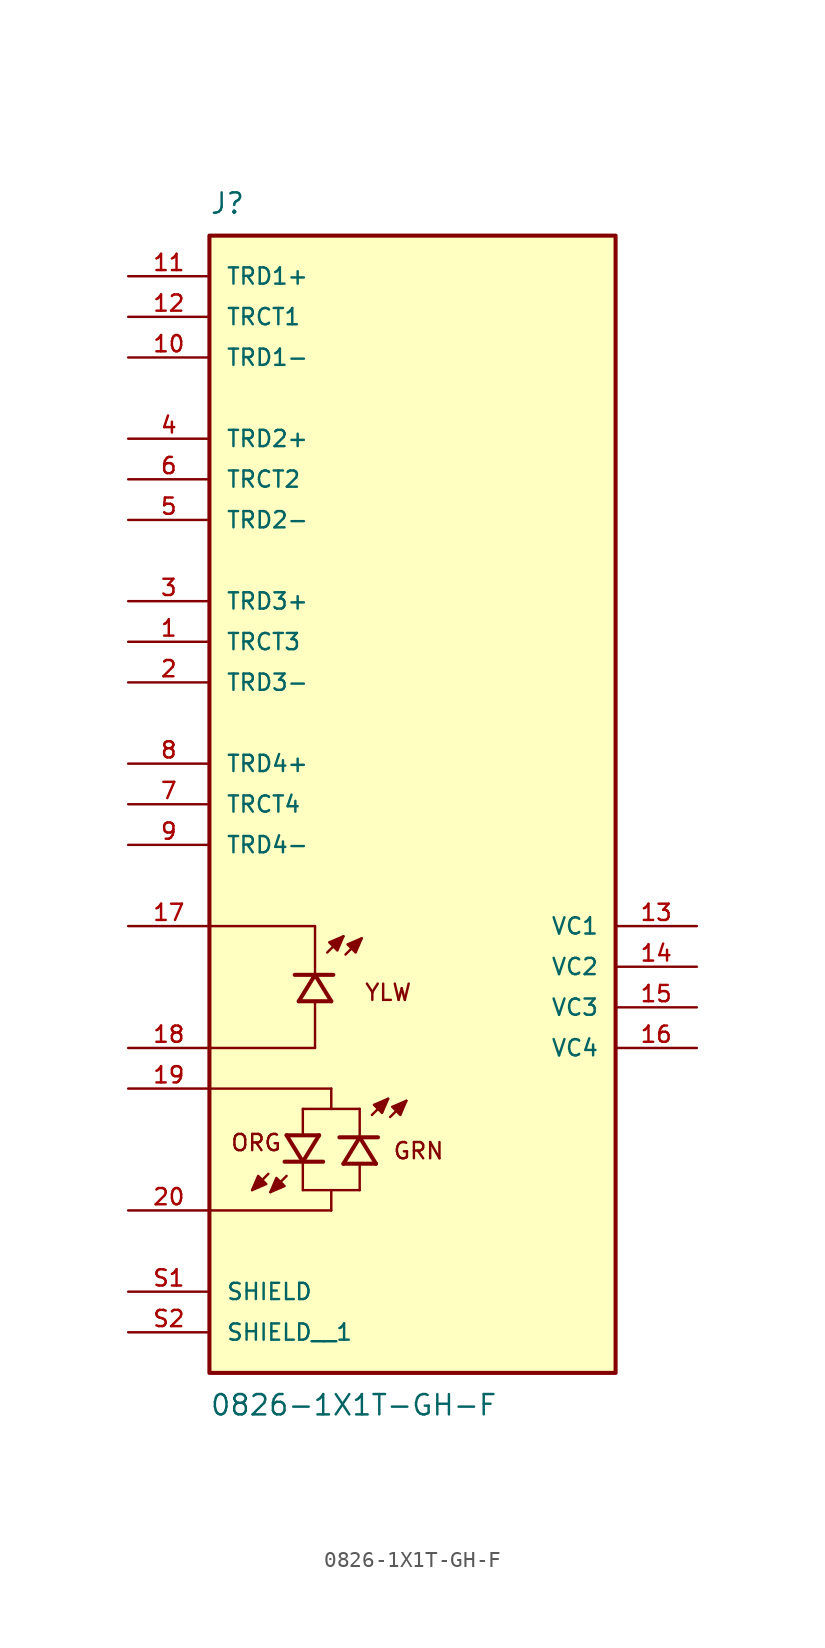
<source format=kicad_sym>
(kicad_symbol_lib
  (version 20211014)
  (generator kicad_symbol_editor)
  (symbol "0826-1X1T-GH-F"
    (pin_names
      (offset 1.016))
    (property "Reference" "J"
      (at -12.7 34.29 0)
      (effects (font (size 1.27 1.27)) (justify bottom left)))
    (property "Value" "0826-1X1T-GH-F"
      (at -12.7 -39.37 0)
      (effects (font (size 1.27 1.27)) (justify top left)))
    (symbol "0826-1X1T-GH-F_0_0"
      (polyline (pts (xy -5.334 -11.811) (xy -4.318 -10.795)) (stroke (width 0.152)))
      (polyline (pts (xy -4.191 -11.938) (xy -3.175 -10.922)) (stroke (width 0.152)))
      (polyline (pts (xy -4.318 -10.795) (xy -5.207 -11.176) (xy -4.699 -11.684) (xy -4.318 -10.795)) (stroke (width 0.152)) (fill (type outline)))
      (polyline (pts (xy -3.175 -10.922) (xy -4.064 -11.303) (xy -3.556 -11.811) (xy -3.175 -10.922)) (stroke (width 0.152)) (fill (type outline)))
      (polyline (pts (xy -5.08 -14.859) (xy -6.096 -13.208)) (stroke (width 0.254)))
      (polyline (pts (xy -6.096 -13.208) (xy -7.112 -14.859)) (stroke (width 0.254)))
      (polyline (pts (xy -4.953 -13.208) (xy -6.096 -13.208)) (stroke (width 0.254)))
      (polyline (pts (xy -6.096 -13.208) (xy -7.366 -13.208)) (stroke (width 0.254)))
      (polyline (pts (xy -5.08 -14.859) (xy -7.112 -14.859)) (stroke (width 0.254)))
      (polyline (pts (xy -6.096 -17.78) (xy -6.096 -14.986)) (stroke (width 0.152)))
      (polyline (pts (xy -6.096 -13.081) (xy -6.096 -10.16)) (stroke (width 0.152)))
      (polyline (pts (xy -6.096 -10.16) (xy -12.7 -10.16)) (stroke (width 0.152)))
      (polyline (pts (xy -6.096 -17.78) (xy -12.7 -17.78)) (stroke (width 0.152)))
      (text "YLW" (at -3.048 -13.716 0) (effects (font (size 1.016 1.016)) (justify top left)))
      (polyline (pts (xy -7.874 -23.241) (xy -6.858 -24.892)) (stroke (width 0.254)))
      (polyline (pts (xy -6.858 -24.892) (xy -5.842 -23.241)) (stroke (width 0.254)))
      (polyline (pts (xy -8.001 -24.892) (xy -6.858 -24.892)) (stroke (width 0.254)))
      (polyline (pts (xy -6.858 -24.892) (xy -5.588 -24.892)) (stroke (width 0.254)))
      (polyline (pts (xy -7.874 -23.241) (xy -5.842 -23.241)) (stroke (width 0.254)))
      (polyline (pts (xy -2.54 -21.971) (xy -1.524 -20.955)) (stroke (width 0.152)))
      (polyline (pts (xy -1.397 -22.098) (xy -0.381 -21.082)) (stroke (width 0.152)))
      (polyline (pts (xy -6.858 -21.59) (xy -6.858 -23.114)) (stroke (width 0.152)))
      (polyline (pts (xy -6.858 -25.019) (xy -6.858 -26.67)) (stroke (width 0.152)))
      (polyline (pts (xy -7.874 -25.781) (xy -8.89 -26.797)) (stroke (width 0.152)))
      (polyline (pts (xy -9.017 -25.654) (xy -10.033 -26.67)) (stroke (width 0.152)))
      (polyline (pts (xy -1.524 -20.955) (xy -2.413 -21.336) (xy -1.905 -21.844) (xy -1.524 -20.955)) (stroke (width 0.152)) (fill (type outline)))
      (polyline (pts (xy -0.381 -21.082) (xy -1.27 -21.463) (xy -0.762 -21.971) (xy -0.381 -21.082)) (stroke (width 0.152)) (fill (type outline)))
      (polyline (pts (xy -8.89 -26.797) (xy -8.001 -26.416) (xy -8.509 -25.908) (xy -8.89 -26.797)) (stroke (width 0.152)) (fill (type outline)))
      (polyline (pts (xy -10.033 -26.67) (xy -9.144 -26.289) (xy -9.652 -25.781) (xy -10.033 -26.67)) (stroke (width 0.152)) (fill (type outline)))
      (polyline (pts (xy -2.286 -25.019) (xy -3.302 -23.368)) (stroke (width 0.254)))
      (polyline (pts (xy -3.302 -23.368) (xy -4.318 -25.019)) (stroke (width 0.254)))
      (polyline (pts (xy -2.159 -23.368) (xy -3.302 -23.368)) (stroke (width 0.254)))
      (polyline (pts (xy -3.302 -23.368) (xy -4.572 -23.368)) (stroke (width 0.254)))
      (polyline (pts (xy -2.286 -25.019) (xy -4.318 -25.019)) (stroke (width 0.254)))
      (polyline (pts (xy -3.302 -26.67) (xy -3.302 -25.146)) (stroke (width 0.152)))
      (polyline (pts (xy -3.302 -23.241) (xy -3.302 -21.59)) (stroke (width 0.152)))
      (polyline (pts (xy -6.858 -21.59) (xy -5.08 -21.59)) (stroke (width 0.152)))
      (polyline (pts (xy -5.08 -21.59) (xy -3.302 -21.59)) (stroke (width 0.152)))
      (polyline (pts (xy -6.858 -26.67) (xy -5.08 -26.67)) (stroke (width 0.152)))
      (polyline (pts (xy -5.08 -26.67) (xy -3.302 -26.67)) (stroke (width 0.152)))
      (polyline (pts (xy -5.08 -21.59) (xy -5.08 -20.32)) (stroke (width 0.152)))
      (polyline (pts (xy -5.08 -26.67) (xy -5.08 -27.94)) (stroke (width 0.152)))
      (text "ORG" (at -11.43 -23.114 0) (effects (font (size 1.016 1.016)) (justify top left)))
      (text "GRN" (at -1.27 -23.622 0) (effects (font (size 1.016 1.016)) (justify top left)))
      (polyline (pts (xy -5.08 -20.32) (xy -12.7 -20.32)) (stroke (width 0.152)))
      (polyline (pts (xy -5.08 -27.94) (xy -12.7 -27.94)) (stroke (width 0.152)))
      (rectangle (start -12.7 -38.1) (end 12.7 33.02) (stroke (width 0.254)) (fill (type background)))
      (pin passive line (at -17.78 25.4 0) (length 5.08) (name "TRD1-" (effects (font (size 1.016 1.016)))) (number "10" (effects (font (size 1.016 1.016)))))
      (pin passive line (at -17.78 30.48 0) (length 5.08) (name "TRD1+" (effects (font (size 1.016 1.016)))) (number "11" (effects (font (size 1.016 1.016)))))
      (pin passive line (at -17.78 15.24 0) (length 5.08) (name "TRD2-" (effects (font (size 1.016 1.016)))) (number "5" (effects (font (size 1.016 1.016)))))
      (pin passive line (at -17.78 20.32 0) (length 5.08) (name "TRD2+" (effects (font (size 1.016 1.016)))) (number "4" (effects (font (size 1.016 1.016)))))
      (pin passive line (at -17.78 -17.78 0) (length 5.08) (name "~" (effects (font (size 1.016 1.016)))) (number "18" (effects (font (size 1.016 1.016)))))
      (pin passive line (at -17.78 -10.16 0) (length 5.08) (name "~" (effects (font (size 1.016 1.016)))) (number "17" (effects (font (size 1.016 1.016)))))
      (pin passive line (at -17.78 27.94 0) (length 5.08) (name "TRCT1" (effects (font (size 1.016 1.016)))) (number "12" (effects (font (size 1.016 1.016)))))
      (pin passive line (at -17.78 -33.02 0) (length 5.08) (name "SHIELD" (effects (font (size 1.016 1.016)))) (number "S1" (effects (font (size 1.016 1.016)))))
      (pin passive line (at -17.78 17.78 0) (length 5.08) (name "TRCT2" (effects (font (size 1.016 1.016)))) (number "6" (effects (font (size 1.016 1.016)))))
      (pin passive line (at -17.78 -27.94 0) (length 5.08) (name "~" (effects (font (size 1.016 1.016)))) (number "20" (effects (font (size 1.016 1.016)))))
      (pin passive line (at -17.78 -20.32 0) (length 5.08) (name "~" (effects (font (size 1.016 1.016)))) (number "19" (effects (font (size 1.016 1.016)))))
      (pin passive line (at 17.78 -10.16 180.0) (length 5.08) (name "VC1" (effects (font (size 1.016 1.016)))) (number "13" (effects (font (size 1.016 1.016)))))
      (pin passive line (at 17.78 -12.7 180.0) (length 5.08) (name "VC2" (effects (font (size 1.016 1.016)))) (number "14" (effects (font (size 1.016 1.016)))))
      (pin passive line (at 17.78 -15.24 180.0) (length 5.08) (name "VC3" (effects (font (size 1.016 1.016)))) (number "15" (effects (font (size 1.016 1.016)))))
      (pin passive line (at 17.78 -17.78 180.0) (length 5.08) (name "VC4" (effects (font (size 1.016 1.016)))) (number "16" (effects (font (size 1.016 1.016)))))
      (pin passive line (at -17.78 5.08 0) (length 5.08) (name "TRD3-" (effects (font (size 1.016 1.016)))) (number "2" (effects (font (size 1.016 1.016)))))
      (pin passive line (at -17.78 10.16 0) (length 5.08) (name "TRD3+" (effects (font (size 1.016 1.016)))) (number "3" (effects (font (size 1.016 1.016)))))
      (pin passive line (at -17.78 -5.08 0) (length 5.08) (name "TRD4-" (effects (font (size 1.016 1.016)))) (number "9" (effects (font (size 1.016 1.016)))))
      (pin passive line (at -17.78 0.0 0) (length 5.08) (name "TRD4+" (effects (font (size 1.016 1.016)))) (number "8" (effects (font (size 1.016 1.016)))))
      (pin passive line (at -17.78 7.62 0) (length 5.08) (name "TRCT3" (effects (font (size 1.016 1.016)))) (number "1" (effects (font (size 1.016 1.016)))))
      (pin passive line (at -17.78 -2.54 0) (length 5.08) (name "TRCT4" (effects (font (size 1.016 1.016)))) (number "7" (effects (font (size 1.016 1.016)))))
      (pin passive line (at -17.78 -35.56 0) (length 5.08) (name "SHIELD__1" (effects (font (size 1.016 1.016)))) (number "S2" (effects (font (size 1.016 1.016))))))))
</source>
